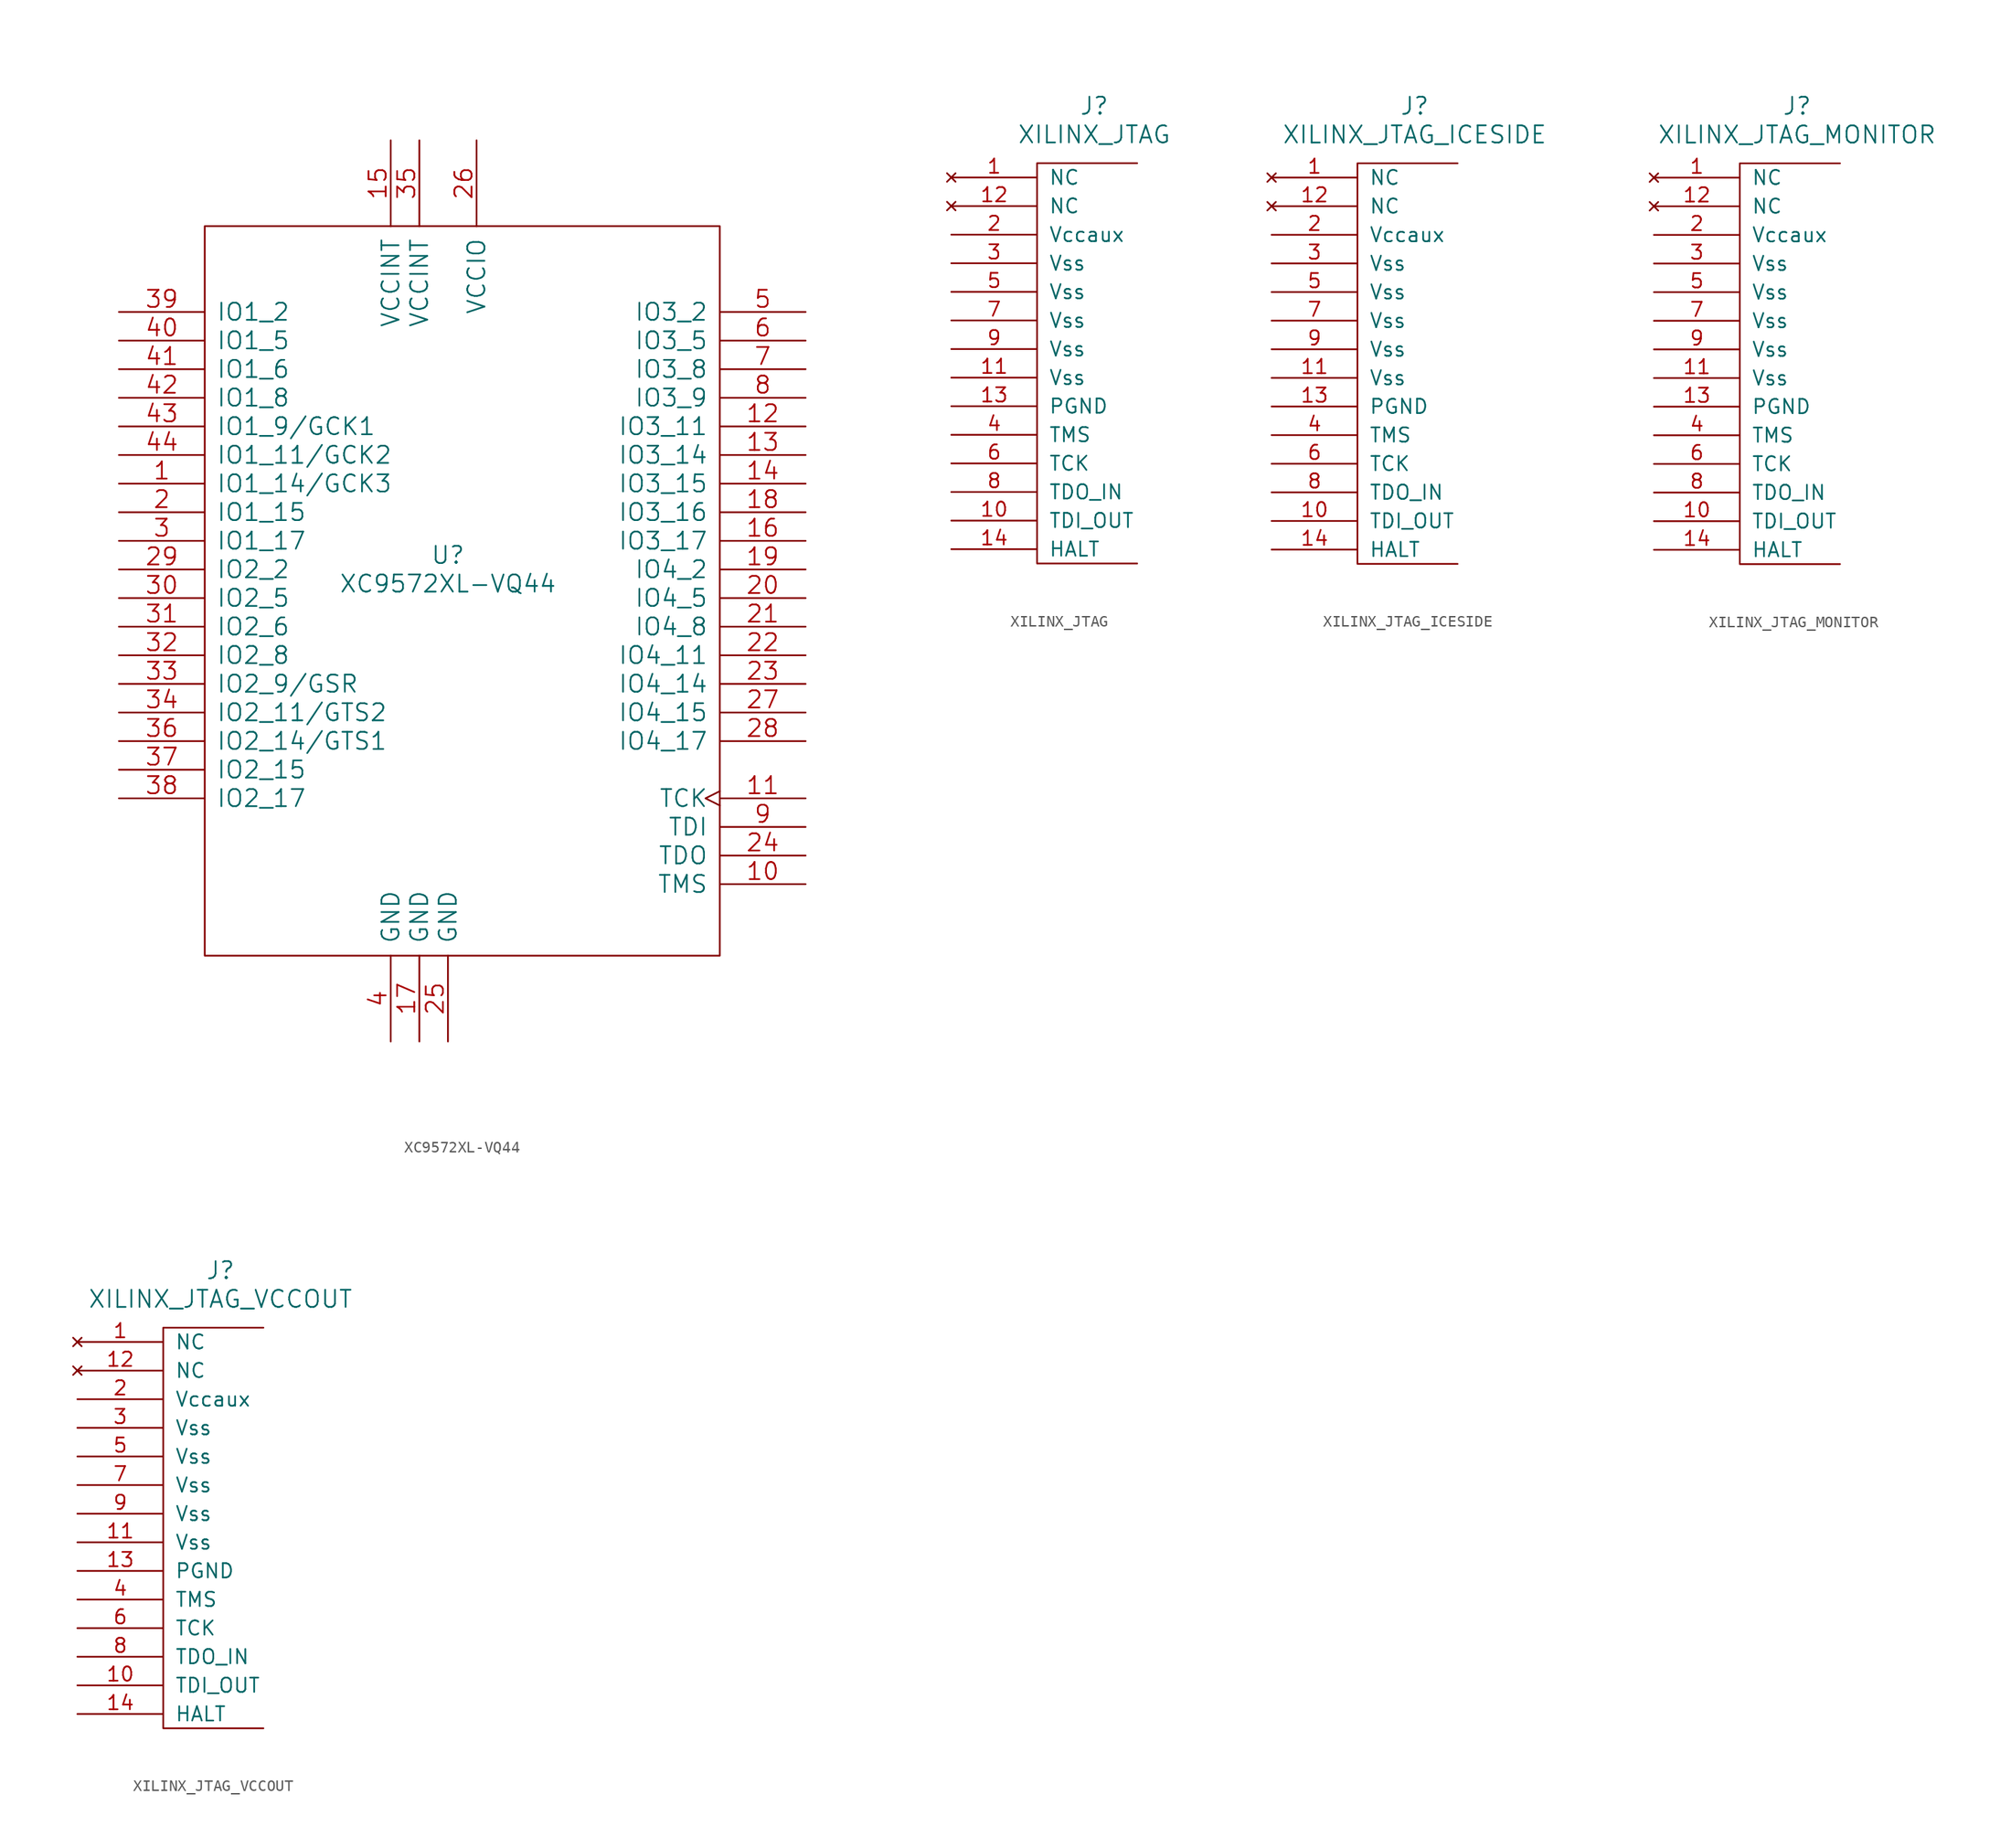
<source format=kicad_sym>
(kicad_symbol_lib
  (version 20211014)
  (generator kicad_symbol_editor)
  (symbol "XC9572XL-VQ44"
    (pin_names
      (offset 1.016))
    (property "Reference" "U"
      (at 0 0 0)
      (effects (font (size 1.524 1.524))))
    (property "Value" "XC9572XL-VQ44"
      (at 0 -2.54 0)
      (effects (font (size 1.524 1.524))))
    (property "Footprint" ""
      (at 0 0 0)
      (effects (font (size 1.524 1.524))))
    (property "Datasheet" ""
      (at 0 0 0)
      (effects (font (size 1.524 1.524))))
    (symbol "XC9572XL-VQ44_0_1"
      (rectangle (start -21.59 29.21) (end 24.13 -35.56) (stroke (width 0) (type default) (color 0 0 0 0)) (fill (type none))))
    (symbol "XC9572XL-VQ44_1_1"
      (pin bidirectional line (at -29.21 6.35 0) (length 7.62) (name "IO1_14/GCK3" (effects (font (size 1.524 1.524)))) (number "1" (effects (font (size 1.524 1.524)))))
      (pin input line (at 31.75 -29.21 180) (length 7.62) (name "TMS" (effects (font (size 1.524 1.524)))) (number "10" (effects (font (size 1.524 1.524)))))
      (pin input clock (at 31.75 -21.59 180) (length 7.62) (name "TCK" (effects (font (size 1.524 1.524)))) (number "11" (effects (font (size 1.524 1.524)))))
      (pin bidirectional line (at 31.75 11.43 180) (length 7.62) (name "IO3_11" (effects (font (size 1.524 1.524)))) (number "12" (effects (font (size 1.524 1.524)))))
      (pin bidirectional line (at 31.75 8.89 180) (length 7.62) (name "IO3_14" (effects (font (size 1.524 1.524)))) (number "13" (effects (font (size 1.524 1.524)))))
      (pin bidirectional line (at 31.75 6.35 180) (length 7.62) (name "IO3_15" (effects (font (size 1.524 1.524)))) (number "14" (effects (font (size 1.524 1.524)))))
      (pin power_in line (at -5.08 36.83 270) (length 7.62) (name "VCCINT" (effects (font (size 1.524 1.524)))) (number "15" (effects (font (size 1.524 1.524)))))
      (pin bidirectional line (at 31.75 1.27 180) (length 7.62) (name "IO3_17" (effects (font (size 1.524 1.524)))) (number "16" (effects (font (size 1.524 1.524)))))
      (pin power_in line (at -2.54 -43.18 90) (length 7.62) (name "GND" (effects (font (size 1.524 1.524)))) (number "17" (effects (font (size 1.524 1.524)))))
      (pin bidirectional line (at 31.75 3.81 180) (length 7.62) (name "IO3_16" (effects (font (size 1.524 1.524)))) (number "18" (effects (font (size 1.524 1.524)))))
      (pin bidirectional line (at 31.75 -1.27 180) (length 7.62) (name "IO4_2" (effects (font (size 1.524 1.524)))) (number "19" (effects (font (size 1.524 1.524)))))
      (pin bidirectional line (at -29.21 3.81 0) (length 7.62) (name "IO1_15" (effects (font (size 1.524 1.524)))) (number "2" (effects (font (size 1.524 1.524)))))
      (pin bidirectional line (at 31.75 -3.81 180) (length 7.62) (name "IO4_5" (effects (font (size 1.524 1.524)))) (number "20" (effects (font (size 1.524 1.524)))))
      (pin bidirectional line (at 31.75 -6.35 180) (length 7.62) (name "IO4_8" (effects (font (size 1.524 1.524)))) (number "21" (effects (font (size 1.524 1.524)))))
      (pin bidirectional line (at 31.75 -8.89 180) (length 7.62) (name "IO4_11" (effects (font (size 1.524 1.524)))) (number "22" (effects (font (size 1.524 1.524)))))
      (pin bidirectional line (at 31.75 -11.43 180) (length 7.62) (name "IO4_14" (effects (font (size 1.524 1.524)))) (number "23" (effects (font (size 1.524 1.524)))))
      (pin output line (at 31.75 -26.67 180) (length 7.62) (name "TDO" (effects (font (size 1.524 1.524)))) (number "24" (effects (font (size 1.524 1.524)))))
      (pin power_in line (at 0 -43.18 90) (length 7.62) (name "GND" (effects (font (size 1.524 1.524)))) (number "25" (effects (font (size 1.524 1.524)))))
      (pin power_in line (at 2.54 36.83 270) (length 7.62) (name "VCCIO" (effects (font (size 1.524 1.524)))) (number "26" (effects (font (size 1.524 1.524)))))
      (pin bidirectional line (at 31.75 -13.97 180) (length 7.62) (name "IO4_15" (effects (font (size 1.524 1.524)))) (number "27" (effects (font (size 1.524 1.524)))))
      (pin bidirectional line (at 31.75 -16.51 180) (length 7.62) (name "IO4_17" (effects (font (size 1.524 1.524)))) (number "28" (effects (font (size 1.524 1.524)))))
      (pin bidirectional line (at -29.21 -1.27 0) (length 7.62) (name "IO2_2" (effects (font (size 1.524 1.524)))) (number "29" (effects (font (size 1.524 1.524)))))
      (pin bidirectional line (at -29.21 1.27 0) (length 7.62) (name "IO1_17" (effects (font (size 1.524 1.524)))) (number "3" (effects (font (size 1.524 1.524)))))
      (pin bidirectional line (at -29.21 -3.81 0) (length 7.62) (name "IO2_5" (effects (font (size 1.524 1.524)))) (number "30" (effects (font (size 1.524 1.524)))))
      (pin bidirectional line (at -29.21 -6.35 0) (length 7.62) (name "IO2_6" (effects (font (size 1.524 1.524)))) (number "31" (effects (font (size 1.524 1.524)))))
      (pin bidirectional line (at -29.21 -8.89 0) (length 7.62) (name "IO2_8" (effects (font (size 1.524 1.524)))) (number "32" (effects (font (size 1.524 1.524)))))
      (pin bidirectional line (at -29.21 -11.43 0) (length 7.62) (name "IO2_9/GSR" (effects (font (size 1.524 1.524)))) (number "33" (effects (font (size 1.524 1.524)))))
      (pin bidirectional line (at -29.21 -13.97 0) (length 7.62) (name "IO2_11/GTS2" (effects (font (size 1.524 1.524)))) (number "34" (effects (font (size 1.524 1.524)))))
      (pin power_in line (at -2.54 36.83 270) (length 7.62) (name "VCCINT" (effects (font (size 1.524 1.524)))) (number "35" (effects (font (size 1.524 1.524)))))
      (pin bidirectional line (at -29.21 -16.51 0) (length 7.62) (name "IO2_14/GTS1" (effects (font (size 1.524 1.524)))) (number "36" (effects (font (size 1.524 1.524)))))
      (pin bidirectional line (at -29.21 -19.05 0) (length 7.62) (name "IO2_15" (effects (font (size 1.524 1.524)))) (number "37" (effects (font (size 1.524 1.524)))))
      (pin bidirectional line (at -29.21 -21.59 0) (length 7.62) (name "IO2_17" (effects (font (size 1.524 1.524)))) (number "38" (effects (font (size 1.524 1.524)))))
      (pin bidirectional line (at -29.21 21.59 0) (length 7.62) (name "IO1_2" (effects (font (size 1.524 1.524)))) (number "39" (effects (font (size 1.524 1.524)))))
      (pin power_in line (at -5.08 -43.18 90) (length 7.62) (name "GND" (effects (font (size 1.524 1.524)))) (number "4" (effects (font (size 1.524 1.524)))))
      (pin bidirectional line (at -29.21 19.05 0) (length 7.62) (name "IO1_5" (effects (font (size 1.524 1.524)))) (number "40" (effects (font (size 1.524 1.524)))))
      (pin bidirectional line (at -29.21 16.51 0) (length 7.62) (name "IO1_6" (effects (font (size 1.524 1.524)))) (number "41" (effects (font (size 1.524 1.524)))))
      (pin bidirectional line (at -29.21 13.97 0) (length 7.62) (name "IO1_8" (effects (font (size 1.524 1.524)))) (number "42" (effects (font (size 1.524 1.524)))))
      (pin bidirectional line (at -29.21 11.43 0) (length 7.62) (name "IO1_9/GCK1" (effects (font (size 1.524 1.524)))) (number "43" (effects (font (size 1.524 1.524)))))
      (pin bidirectional line (at -29.21 8.89 0) (length 7.62) (name "IO1_11/GCK2" (effects (font (size 1.524 1.524)))) (number "44" (effects (font (size 1.524 1.524)))))
      (pin bidirectional line (at 31.75 21.59 180) (length 7.62) (name "IO3_2" (effects (font (size 1.524 1.524)))) (number "5" (effects (font (size 1.524 1.524)))))
      (pin bidirectional line (at 31.75 19.05 180) (length 7.62) (name "IO3_5" (effects (font (size 1.524 1.524)))) (number "6" (effects (font (size 1.524 1.524)))))
      (pin bidirectional line (at 31.75 16.51 180) (length 7.62) (name "IO3_8" (effects (font (size 1.524 1.524)))) (number "7" (effects (font (size 1.524 1.524)))))
      (pin bidirectional line (at 31.75 13.97 180) (length 7.62) (name "IO3_9" (effects (font (size 1.524 1.524)))) (number "8" (effects (font (size 1.524 1.524)))))
      (pin input line (at 31.75 -24.13 180) (length 7.62) (name "TDI" (effects (font (size 1.524 1.524)))) (number "9" (effects (font (size 1.524 1.524)))))))
  (symbol "XILINX_JTAG"
    (pin_names
      (offset 1.016))
    (property "Reference" "J"
      (at 12.7 39.37 0)
      (effects (font (size 1.524 1.524))))
    (property "Value" "XILINX_JTAG"
      (at 12.7 36.83 0)
      (effects (font (size 1.524 1.524))))
    (property "Footprint" ""
      (at 0 0 0)
      (effects (font (size 1.524 1.524))))
    (property "Datasheet" ""
      (at 0 0 0)
      (effects (font (size 1.524 1.524))))
    (symbol "XILINX_JTAG_0_1"
      (polyline (pts (xy 16.51 -1.27) (xy 7.62 -1.27) (xy 7.62 34.29) (xy 16.51 34.29)) (stroke (width 0) (type default) (color 0 0 0 0)) (fill (type none))))
    (symbol "XILINX_JTAG_1_1"
      (pin no_connect line (at 0 33.02 0) (length 7.62) (name "NC" (effects (font (size 1.27 1.27)))) (number "1" (effects (font (size 1.27 1.27)))))
      (pin output line (at 0 2.54 0) (length 7.62) (name "TDI_OUT" (effects (font (size 1.27 1.27)))) (number "10" (effects (font (size 1.27 1.27)))))
      (pin power_in line (at 0 15.24 0) (length 7.62) (name "Vss" (effects (font (size 1.27 1.27)))) (number "11" (effects (font (size 1.27 1.27)))))
      (pin no_connect line (at 0 30.48 0) (length 7.62) (name "NC" (effects (font (size 1.27 1.27)))) (number "12" (effects (font (size 1.27 1.27)))))
      (pin bidirectional line (at 0 12.7 0) (length 7.62) (name "PGND" (effects (font (size 1.27 1.27)))) (number "13" (effects (font (size 1.27 1.27)))))
      (pin output line (at 0 0 0) (length 7.62) (name "HALT" (effects (font (size 1.27 1.27)))) (number "14" (effects (font (size 1.27 1.27)))))
      (pin power_in line (at 0 27.94 0) (length 7.62) (name "Vccaux" (effects (font (size 1.27 1.27)))) (number "2" (effects (font (size 1.27 1.27)))))
      (pin power_in line (at 0 25.4 0) (length 7.62) (name "Vss" (effects (font (size 1.27 1.27)))) (number "3" (effects (font (size 1.27 1.27)))))
      (pin output line (at 0 10.16 0) (length 7.62) (name "TMS" (effects (font (size 1.27 1.27)))) (number "4" (effects (font (size 1.27 1.27)))))
      (pin power_in line (at 0 22.86 0) (length 7.62) (name "Vss" (effects (font (size 1.27 1.27)))) (number "5" (effects (font (size 1.27 1.27)))))
      (pin output line (at 0 7.62 0) (length 7.62) (name "TCK" (effects (font (size 1.27 1.27)))) (number "6" (effects (font (size 1.27 1.27)))))
      (pin power_in line (at 0 20.32 0) (length 7.62) (name "Vss" (effects (font (size 1.27 1.27)))) (number "7" (effects (font (size 1.27 1.27)))))
      (pin input line (at 0 5.08 0) (length 7.62) (name "TDO_IN" (effects (font (size 1.27 1.27)))) (number "8" (effects (font (size 1.27 1.27)))))
      (pin power_in line (at 0 17.78 0) (length 7.62) (name "Vss" (effects (font (size 1.27 1.27)))) (number "9" (effects (font (size 1.27 1.27)))))))
  (symbol "XILINX_JTAG_ICESIDE"
    (pin_names
      (offset 1.016))
    (property "Reference" "J"
      (at 12.7 39.37 0)
      (effects (font (size 1.524 1.524))))
    (property "Value" "XILINX_JTAG_ICESIDE"
      (at 12.7 36.83 0)
      (effects (font (size 1.524 1.524))))
    (property "Footprint" ""
      (at 0 0 0)
      (effects (font (size 1.524 1.524))))
    (property "Datasheet" ""
      (at 0 0 0)
      (effects (font (size 1.524 1.524))))
    (symbol "XILINX_JTAG_ICESIDE_0_1"
      (polyline (pts (xy 16.51 -1.27) (xy 7.62 -1.27) (xy 7.62 34.29) (xy 16.51 34.29)) (stroke (width 0) (type default) (color 0 0 0 0)) (fill (type none))))
    (symbol "XILINX_JTAG_ICESIDE_1_1"
      (pin no_connect line (at 0 33.02 0) (length 7.62) (name "NC" (effects (font (size 1.27 1.27)))) (number "1" (effects (font (size 1.27 1.27)))))
      (pin input line (at 0 2.54 0) (length 7.62) (name "TDI_OUT" (effects (font (size 1.27 1.27)))) (number "10" (effects (font (size 1.27 1.27)))))
      (pin power_in line (at 0 15.24 0) (length 7.62) (name "Vss" (effects (font (size 1.27 1.27)))) (number "11" (effects (font (size 1.27 1.27)))))
      (pin no_connect line (at 0 30.48 0) (length 7.62) (name "NC" (effects (font (size 1.27 1.27)))) (number "12" (effects (font (size 1.27 1.27)))))
      (pin bidirectional line (at 0 12.7 0) (length 7.62) (name "PGND" (effects (font (size 1.27 1.27)))) (number "13" (effects (font (size 1.27 1.27)))))
      (pin bidirectional line (at 0 0 0) (length 7.62) (name "HALT" (effects (font (size 1.27 1.27)))) (number "14" (effects (font (size 1.27 1.27)))))
      (pin power_out line (at 0 27.94 0) (length 7.62) (name "Vccaux" (effects (font (size 1.27 1.27)))) (number "2" (effects (font (size 1.27 1.27)))))
      (pin power_in line (at 0 25.4 0) (length 7.62) (name "Vss" (effects (font (size 1.27 1.27)))) (number "3" (effects (font (size 1.27 1.27)))))
      (pin input line (at 0 10.16 0) (length 7.62) (name "TMS" (effects (font (size 1.27 1.27)))) (number "4" (effects (font (size 1.27 1.27)))))
      (pin power_in line (at 0 22.86 0) (length 7.62) (name "Vss" (effects (font (size 1.27 1.27)))) (number "5" (effects (font (size 1.27 1.27)))))
      (pin input line (at 0 7.62 0) (length 7.62) (name "TCK" (effects (font (size 1.27 1.27)))) (number "6" (effects (font (size 1.27 1.27)))))
      (pin power_in line (at 0 20.32 0) (length 7.62) (name "Vss" (effects (font (size 1.27 1.27)))) (number "7" (effects (font (size 1.27 1.27)))))
      (pin output line (at 0 5.08 0) (length 7.62) (name "TDO_IN" (effects (font (size 1.27 1.27)))) (number "8" (effects (font (size 1.27 1.27)))))
      (pin power_in line (at 0 17.78 0) (length 7.62) (name "Vss" (effects (font (size 1.27 1.27)))) (number "9" (effects (font (size 1.27 1.27)))))))
  (symbol "XILINX_JTAG_MONITOR"
    (pin_names
      (offset 1.016))
    (property "Reference" "J"
      (at 12.7 39.37 0)
      (effects (font (size 1.524 1.524))))
    (property "Value" "XILINX_JTAG_MONITOR"
      (at 12.7 36.83 0)
      (effects (font (size 1.524 1.524))))
    (property "Footprint" ""
      (at 0 0 0)
      (effects (font (size 1.524 1.524))))
    (property "Datasheet" ""
      (at 0 0 0)
      (effects (font (size 1.524 1.524))))
    (symbol "XILINX_JTAG_MONITOR_0_1"
      (polyline (pts (xy 16.51 -1.27) (xy 7.62 -1.27) (xy 7.62 34.29) (xy 16.51 34.29)) (stroke (width 0) (type default) (color 0 0 0 0)) (fill (type none))))
    (symbol "XILINX_JTAG_MONITOR_1_1"
      (pin no_connect line (at 0 33.02 0) (length 7.62) (name "NC" (effects (font (size 1.27 1.27)))) (number "1" (effects (font (size 1.27 1.27)))))
      (pin input line (at 0 2.54 0) (length 7.62) (name "TDI_OUT" (effects (font (size 1.27 1.27)))) (number "10" (effects (font (size 1.27 1.27)))))
      (pin power_in line (at 0 15.24 0) (length 7.62) (name "Vss" (effects (font (size 1.27 1.27)))) (number "11" (effects (font (size 1.27 1.27)))))
      (pin no_connect line (at 0 30.48 0) (length 7.62) (name "NC" (effects (font (size 1.27 1.27)))) (number "12" (effects (font (size 1.27 1.27)))))
      (pin bidirectional line (at 0 12.7 0) (length 7.62) (name "PGND" (effects (font (size 1.27 1.27)))) (number "13" (effects (font (size 1.27 1.27)))))
      (pin output line (at 0 0 0) (length 7.62) (name "HALT" (effects (font (size 1.27 1.27)))) (number "14" (effects (font (size 1.27 1.27)))))
      (pin power_in line (at 0 27.94 0) (length 7.62) (name "Vccaux" (effects (font (size 1.27 1.27)))) (number "2" (effects (font (size 1.27 1.27)))))
      (pin power_in line (at 0 25.4 0) (length 7.62) (name "Vss" (effects (font (size 1.27 1.27)))) (number "3" (effects (font (size 1.27 1.27)))))
      (pin input line (at 0 10.16 0) (length 7.62) (name "TMS" (effects (font (size 1.27 1.27)))) (number "4" (effects (font (size 1.27 1.27)))))
      (pin power_in line (at 0 22.86 0) (length 7.62) (name "Vss" (effects (font (size 1.27 1.27)))) (number "5" (effects (font (size 1.27 1.27)))))
      (pin input line (at 0 7.62 0) (length 7.62) (name "TCK" (effects (font (size 1.27 1.27)))) (number "6" (effects (font (size 1.27 1.27)))))
      (pin power_in line (at 0 20.32 0) (length 7.62) (name "Vss" (effects (font (size 1.27 1.27)))) (number "7" (effects (font (size 1.27 1.27)))))
      (pin input line (at 0 5.08 0) (length 7.62) (name "TDO_IN" (effects (font (size 1.27 1.27)))) (number "8" (effects (font (size 1.27 1.27)))))
      (pin power_in line (at 0 17.78 0) (length 7.62) (name "Vss" (effects (font (size 1.27 1.27)))) (number "9" (effects (font (size 1.27 1.27)))))))
  (symbol "XILINX_JTAG_VCCOUT"
    (pin_names
      (offset 1.016))
    (property "Reference" "J"
      (at 12.7 39.37 0)
      (effects (font (size 1.524 1.524))))
    (property "Value" "XILINX_JTAG_VCCOUT"
      (at 12.7 36.83 0)
      (effects (font (size 1.524 1.524))))
    (property "Footprint" ""
      (at 0 0 0)
      (effects (font (size 1.524 1.524))))
    (property "Datasheet" ""
      (at 0 0 0)
      (effects (font (size 1.524 1.524))))
    (symbol "XILINX_JTAG_VCCOUT_0_1"
      (polyline (pts (xy 16.51 -1.27) (xy 7.62 -1.27) (xy 7.62 34.29) (xy 16.51 34.29)) (stroke (width 0) (type default) (color 0 0 0 0)) (fill (type none))))
    (symbol "XILINX_JTAG_VCCOUT_1_1"
      (pin no_connect line (at 0 33.02 0) (length 7.62) (name "NC" (effects (font (size 1.27 1.27)))) (number "1" (effects (font (size 1.27 1.27)))))
      (pin input line (at 0 2.54 0) (length 7.62) (name "TDI_OUT" (effects (font (size 1.27 1.27)))) (number "10" (effects (font (size 1.27 1.27)))))
      (pin power_in line (at 0 15.24 0) (length 7.62) (name "Vss" (effects (font (size 1.27 1.27)))) (number "11" (effects (font (size 1.27 1.27)))))
      (pin no_connect line (at 0 30.48 0) (length 7.62) (name "NC" (effects (font (size 1.27 1.27)))) (number "12" (effects (font (size 1.27 1.27)))))
      (pin bidirectional line (at 0 12.7 0) (length 7.62) (name "PGND" (effects (font (size 1.27 1.27)))) (number "13" (effects (font (size 1.27 1.27)))))
      (pin output line (at 0 0 0) (length 7.62) (name "HALT" (effects (font (size 1.27 1.27)))) (number "14" (effects (font (size 1.27 1.27)))))
      (pin power_out line (at 0 27.94 0) (length 7.62) (name "Vccaux" (effects (font (size 1.27 1.27)))) (number "2" (effects (font (size 1.27 1.27)))))
      (pin power_out line (at 0 25.4 0) (length 7.62) (name "Vss" (effects (font (size 1.27 1.27)))) (number "3" (effects (font (size 1.27 1.27)))))
      (pin input line (at 0 10.16 0) (length 7.62) (name "TMS" (effects (font (size 1.27 1.27)))) (number "4" (effects (font (size 1.27 1.27)))))
      (pin power_in line (at 0 22.86 0) (length 7.62) (name "Vss" (effects (font (size 1.27 1.27)))) (number "5" (effects (font (size 1.27 1.27)))))
      (pin input line (at 0 7.62 0) (length 7.62) (name "TCK" (effects (font (size 1.27 1.27)))) (number "6" (effects (font (size 1.27 1.27)))))
      (pin power_in line (at 0 20.32 0) (length 7.62) (name "Vss" (effects (font (size 1.27 1.27)))) (number "7" (effects (font (size 1.27 1.27)))))
      (pin output line (at 0 5.08 0) (length 7.62) (name "TDO_IN" (effects (font (size 1.27 1.27)))) (number "8" (effects (font (size 1.27 1.27)))))
      (pin power_in line (at 0 17.78 0) (length 7.62) (name "Vss" (effects (font (size 1.27 1.27)))) (number "9" (effects (font (size 1.27 1.27))))))))
</source>
